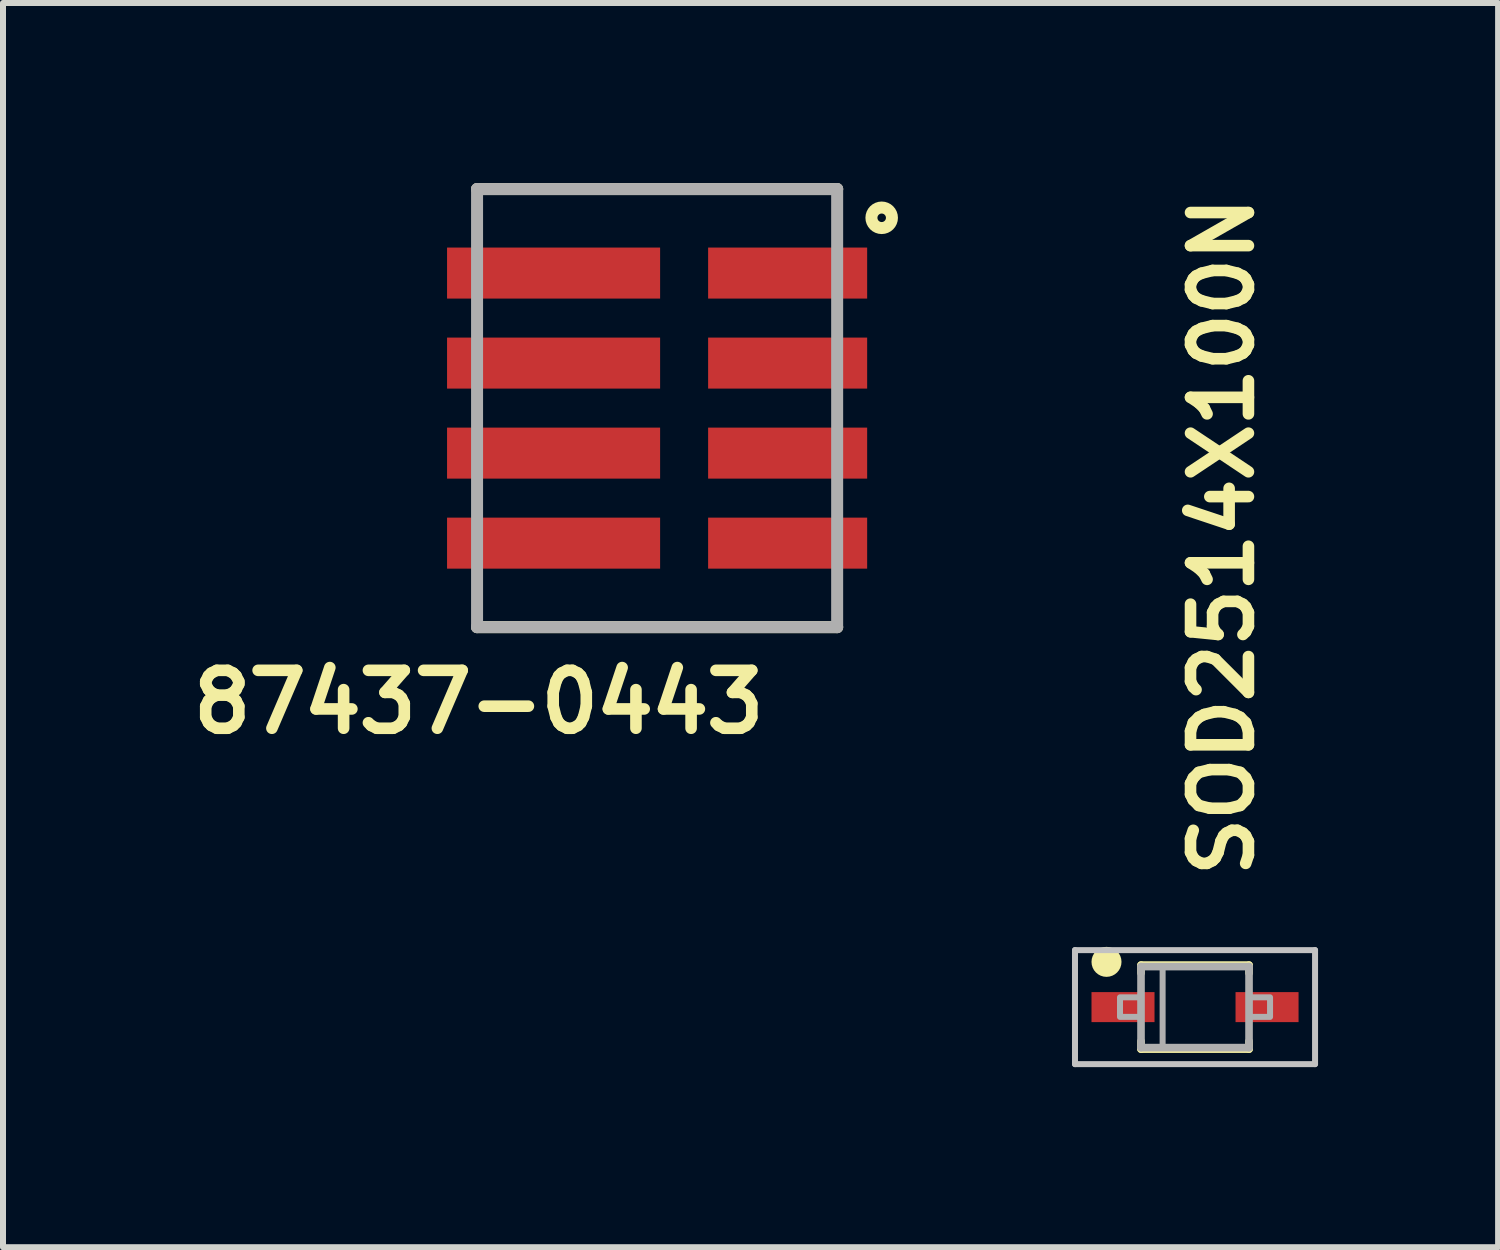
<source format=kicad_pcb>
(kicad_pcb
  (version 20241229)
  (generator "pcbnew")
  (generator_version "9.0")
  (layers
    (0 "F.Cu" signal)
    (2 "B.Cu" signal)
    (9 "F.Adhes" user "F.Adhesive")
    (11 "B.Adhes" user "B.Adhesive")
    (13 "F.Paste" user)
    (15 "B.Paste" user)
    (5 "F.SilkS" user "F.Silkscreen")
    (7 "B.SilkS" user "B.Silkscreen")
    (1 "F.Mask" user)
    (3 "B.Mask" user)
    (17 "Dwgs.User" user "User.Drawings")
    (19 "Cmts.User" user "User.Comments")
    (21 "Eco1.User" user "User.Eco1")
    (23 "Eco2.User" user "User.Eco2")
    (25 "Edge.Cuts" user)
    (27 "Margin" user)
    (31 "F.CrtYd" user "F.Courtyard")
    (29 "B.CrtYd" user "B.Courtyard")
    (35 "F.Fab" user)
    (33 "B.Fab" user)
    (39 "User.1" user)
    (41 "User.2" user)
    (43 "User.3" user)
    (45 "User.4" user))
  (footprint "87437-0443"
    (layer "F.Cu")
    (at 10.074 3.75)
    (property "Reference" "87437-0443" (at -5.147 4.898 0) (layer "F.SilkS") (effects (font (size 0.965 0.965) (thickness 0.193))))
    (attr through_hole)
    (fp_line (start -5.175 -3.65) (end 0.825 -3.65) (stroke (width 0.2) (type solid)) (layer "F.SilkS"))
    (fp_line (start -5.175 3.65) (end 0.825 3.65) (stroke (width 0.2) (type solid)) (layer "F.SilkS"))
    (fp_circle (center 1.567 -3.171) (end 1.638 -3.171) (stroke (width 0.2) (type solid)) (fill no) (layer "F.SilkS"))
    (fp_line (start -5.175 -3.65) (end 0.825 -3.65) (stroke (width 0.2) (type solid)) (layer "F.Fab"))
    (fp_line (start -5.175 3.65) (end -5.175 -3.65) (stroke (width 0.2) (type solid)) (layer "F.Fab"))
    (fp_line (start 0.825 -3.65) (end 0.825 3.65) (stroke (width 0.2) (type solid)) (layer "F.Fab"))
    (fp_line (start 0.825 3.65) (end -5.175 3.65) (stroke (width 0.2) (type solid)) (layer "F.Fab"))
    (pad "1" smd rect (at 0 -2.25) (size 2.65 0.85) (layers "F.Cu" "F.Mask" "F.Paste"))
    (pad "2" smd rect (at 0 -0.75) (size 2.65 0.85) (layers "F.Cu" "F.Mask" "F.Paste"))
    (pad "3" smd rect (at 0 0.75) (size 2.65 0.85) (layers "F.Cu" "F.Mask" "F.Paste"))
    (pad "4" smd rect (at 0 2.25) (size 2.65 0.85) (layers "F.Cu" "F.Mask" "F.Paste"))
    (pad "5" smd rect (at -3.9 -2.25) (size 3.55 0.85) (layers "F.Cu" "F.Mask" "F.Paste"))
    (pad "6" smd rect (at -3.9 -0.75) (size 3.55 0.85) (layers "F.Cu" "F.Mask" "F.Paste"))
    (pad "7" smd rect (at -3.9 0.75) (size 3.55 0.85) (layers "F.Cu" "F.Mask" "F.Paste"))
    (pad "8" smd rect (at -3.9 2.25) (size 3.55 0.85) (layers "F.Cu" "F.Mask" "F.Paste")))
  (footprint "SOD2514X100N"
    (layer "F.Cu")
    (at 16.862 13.731)
    (property "Reference" "SOD2514X100N" (at 1.018 -2.084 90) (layer "F.SilkS") (effects (font (size 0.965 0.965) (thickness 0.193)) (justify left bottom)))
    (attr through_hole)
    (fp_line (start -0.9 -0.7) (end -0.9 -0.568) (stroke (width 0.127) (type solid)) (layer "F.SilkS"))
    (fp_line (start -0.9 -0.7) (end 0.9 -0.7) (stroke (width 0.127) (type solid)) (layer "F.SilkS"))
    (fp_line (start -0.9 0.7) (end -0.9 0.568) (stroke (width 0.127) (type solid)) (layer "F.SilkS"))
    (fp_line (start -0.9 0.7) (end 0.9 0.7) (stroke (width 0.127) (type solid)) (layer "F.SilkS"))
    (fp_line (start 0.9 -0.7) (end 0.9 -0.568) (stroke (width 0.127) (type solid)) (layer "F.SilkS"))
    (fp_line (start 0.9 0.7) (end 0.9 0.568) (stroke (width 0.127) (type solid)) (layer "F.SilkS"))
    (fp_circle (center -1.475 -0.754) (end -1.35 -0.754) (stroke (width 0.25) (type solid)) (fill no) (layer "F.SilkS"))
    (fp_line (start -2 -0.95) (end 2 -0.95) (stroke (width 0.1) (type solid)) (layer "Dwgs.User"))
    (fp_line (start -2 0.95) (end -2 -0.95) (stroke (width 0.1) (type solid)) (layer "Dwgs.User"))
    (fp_line (start 2 -0.95) (end 2 0.95) (stroke (width 0.1) (type solid)) (layer "Dwgs.User"))
    (fp_line (start 2 0.95) (end -2 0.95) (stroke (width 0.1) (type solid)) (layer "Dwgs.User"))
    (fp_line (start -0.9 -0.675) (end 0.9 -0.675) (stroke (width 0.127) (type solid)) (layer "F.Fab"))
    (fp_line (start -0.9 0.675) (end -0.9 -0.675) (stroke (width 0.127) (type solid)) (layer "F.Fab"))
    (fp_line (start 0.9 -0.675) (end 0.9 0.675) (stroke (width 0.127) (type solid)) (layer "F.Fab"))
    (fp_line (start 0.9 0.675) (end -0.9 0.675) (stroke (width 0.127) (type solid)) (layer "F.Fab"))
    (fp_poly (pts (xy -1.25 0.163) (xy -0.9 0.163) (xy -0.9 -0.163) (xy -1.25 -0.163)) (stroke (width 0.1) (type solid)) (fill no) (layer "F.Fab"))
    (fp_poly (pts (xy -0.9 0.675) (xy -0.54 0.675) (xy -0.54 -0.675) (xy -0.9 -0.675)) (stroke (width 0.1) (type solid)) (fill no) (layer "F.Fab"))
    (fp_poly (pts (xy 0.9 0.163) (xy 1.25 0.163) (xy 1.25 -0.163) (xy 0.9 -0.163)) (stroke (width 0.1) (type solid)) (fill no) (layer "F.Fab"))
    (pad "A" smd rect (at 1.2 0 90) (size 0.5 1.05) (layers "F.Cu" "F.Mask" "F.Paste"))
    (pad "K" smd rect (at -1.2 0 90) (size 0.5 1.05) (layers "F.Cu" "F.Mask" "F.Paste")))
  (gr_rect
    (start -3 -3)
    (end 21.912 17.731)
    (stroke (width 0.1) (type default))
    (fill no)
    (layer "Edge.Cuts")))
</source>
